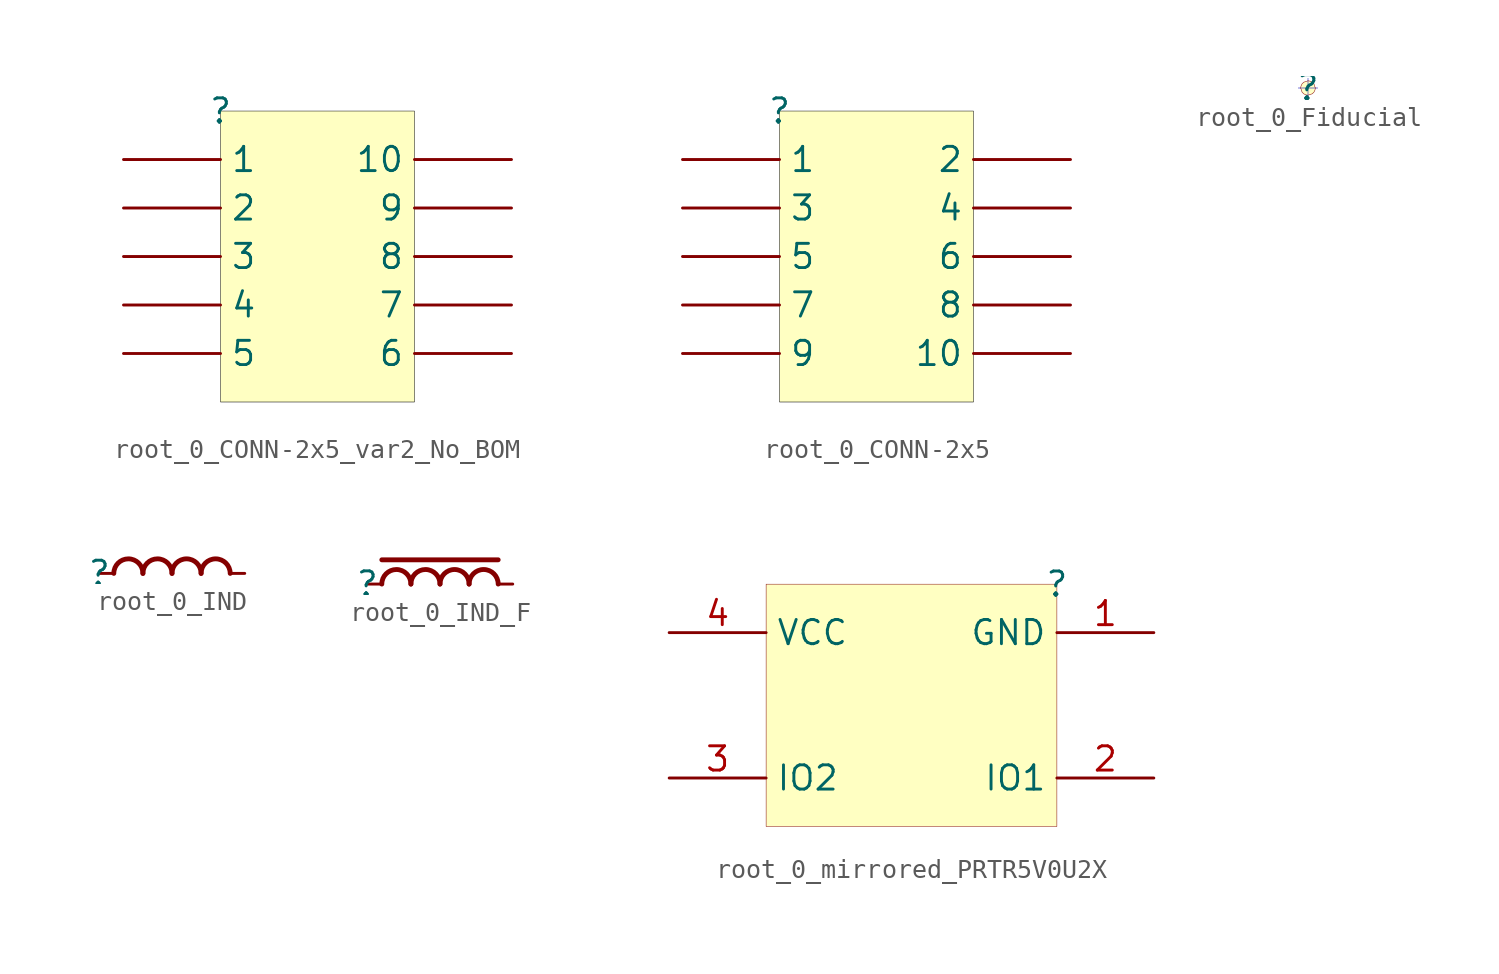
<source format=kicad_sym>
(kicad_symbol_lib
  (version 20231120)
  (generator "kicad_symbol_editor")
  (generator_version "8.0")
  (symbol "root_0_CONN-2x5_var2_No_BOM"
    (property "Reference" ""
      (at 0 0 0)
      (effects (font (size 1.27 1.27))))
    (property "Value" ""
      (at 0 0 0)
      (effects (font (size 1.27 1.27))))
    (symbol "root_0_CONN-2x5_var2_No_BOM_1_0"
      (rectangle (start 10.16 0) (end 0 -15.24) (stroke (width 0.025) (type solid) (color 0 0 0 1)) (fill (type background)))
      (pin passive line (at -5.08 -2.54 0) (length 5.08) (name "1" (effects (font (size 1.27 1.27)))) (number "1" (effects (font (size 0 0)))))
      (pin passive line (at 15.24 -2.54 180) (length 5.08) (name "10" (effects (font (size 1.27 1.27)))) (number "10" (effects (font (size 0 0)))))
      (pin passive line (at -5.08 -5.08 0) (length 5.08) (name "2" (effects (font (size 1.27 1.27)))) (number "2" (effects (font (size 0 0)))))
      (pin passive line (at -5.08 -7.62 0) (length 5.08) (name "3" (effects (font (size 1.27 1.27)))) (number "3" (effects (font (size 0 0)))))
      (pin passive line (at -5.08 -10.16 0) (length 5.08) (name "4" (effects (font (size 1.27 1.27)))) (number "4" (effects (font (size 0 0)))))
      (pin passive line (at -5.08 -12.7 0) (length 5.08) (name "5" (effects (font (size 1.27 1.27)))) (number "5" (effects (font (size 0 0)))))
      (pin passive line (at 15.24 -12.7 180) (length 5.08) (name "6" (effects (font (size 1.27 1.27)))) (number "6" (effects (font (size 0 0)))))
      (pin passive line (at 15.24 -10.16 180) (length 5.08) (name "7" (effects (font (size 1.27 1.27)))) (number "7" (effects (font (size 0 0)))))
      (pin passive line (at 15.24 -7.62 180) (length 5.08) (name "8" (effects (font (size 1.27 1.27)))) (number "8" (effects (font (size 0 0)))))
      (pin passive line (at 15.24 -5.08 180) (length 5.08) (name "9" (effects (font (size 1.27 1.27)))) (number "9" (effects (font (size 0 0)))))))
  (symbol "root_0_CONN-2x5"
    (property "Reference" ""
      (at 0 0 0)
      (effects (font (size 1.27 1.27))))
    (property "Value" ""
      (at 0 0 0)
      (effects (font (size 1.27 1.27))))
    (symbol "root_0_CONN-2x5_1_0"
      (rectangle (start 10.16 0) (end 0 -15.24) (stroke (width 0.025) (type solid) (color 0 0 0 1)) (fill (type background)))
      (pin passive line (at -5.08 -2.54 0) (length 5.08) (name "1" (effects (font (size 1.27 1.27)))) (number "1" (effects (font (size 0 0)))))
      (pin passive line (at 15.24 -12.7 180) (length 5.08) (name "10" (effects (font (size 1.27 1.27)))) (number "10" (effects (font (size 0 0)))))
      (pin passive line (at 15.24 -2.54 180) (length 5.08) (name "2" (effects (font (size 1.27 1.27)))) (number "2" (effects (font (size 0 0)))))
      (pin passive line (at -5.08 -5.08 0) (length 5.08) (name "3" (effects (font (size 1.27 1.27)))) (number "3" (effects (font (size 0 0)))))
      (pin passive line (at 15.24 -5.08 180) (length 5.08) (name "4" (effects (font (size 1.27 1.27)))) (number "4" (effects (font (size 0 0)))))
      (pin passive line (at -5.08 -7.62 0) (length 5.08) (name "5" (effects (font (size 1.27 1.27)))) (number "5" (effects (font (size 0 0)))))
      (pin passive line (at 15.24 -7.62 180) (length 5.08) (name "6" (effects (font (size 1.27 1.27)))) (number "6" (effects (font (size 0 0)))))
      (pin passive line (at -5.08 -10.16 0) (length 5.08) (name "7" (effects (font (size 1.27 1.27)))) (number "7" (effects (font (size 0 0)))))
      (pin passive line (at 15.24 -10.16 180) (length 5.08) (name "8" (effects (font (size 1.27 1.27)))) (number "8" (effects (font (size 0 0)))))
      (pin passive line (at -5.08 -12.7 0) (length 5.08) (name "9" (effects (font (size 1.27 1.27)))) (number "9" (effects (font (size 0 0)))))))
  (symbol "root_0_Fiducial"
    (property "Reference" ""
      (at 0 0 0)
      (effects (font (size 1.27 1.27))))
    (property "Value" ""
      (at 0 0 0)
      (effects (font (size 1.27 1.27))))
    (symbol "root_0_Fiducial_1_0"
      (bezier (pts (xy -0.378 0) (xy -0.378 -0.205) (xy -0.209 -0.372) (xy 0 -0.372)) (stroke (width 0.025) (type solid)) (fill (type background)))
      (bezier (pts (xy 0 -0.372) (xy 0.209 -0.372) (xy 0.378 -0.205) (xy 0.378 0)) (stroke (width 0.025) (type solid)) (fill (type background)))
      (polyline (pts (xy -0.508 0) (xy 0.508 0)) (stroke (width 0.025) (type solid) (color 0 0 180 1)) (fill (type none)))
      (polyline (pts (xy 0 0.508) (xy 0 -0.508)) (stroke (width 0.025) (type solid) (color 0 0 180 1)) (fill (type none)))
      (polyline (pts (xy 0.378 0) (xy 0 0.372) (xy -0.378 0) (xy 0 -0.372) (xy 0.378 0)) (stroke (width -0.0001) (type default)) (fill (type background)))
      (bezier (pts (xy 0 0.372) (xy -0.209 0.372) (xy -0.378 0.205) (xy -0.378 0)) (stroke (width 0.025) (type solid)) (fill (type background)))
      (bezier (pts (xy 0.378 0) (xy 0.378 0.205) (xy 0.209 0.372) (xy 0 0.372)) (stroke (width 0.025) (type solid)) (fill (type background)))))
  (symbol "root_0_IND"
    (property "Reference" ""
      (at 0 0 0)
      (effects (font (size 1.27 1.27))))
    (property "Value" ""
      (at 0 0 0)
      (effects (font (size 1.27 1.27))))
    (symbol "root_0_IND_1_0"
      (arc (start 2.286 0) (mid 1.524 0.762) (end 0.762 0) (stroke (width 0.254) (type solid)) (fill (type none)))
      (arc (start 3.81 0) (mid 3.048 0.762) (end 2.286 0) (stroke (width 0.254) (type solid)) (fill (type none)))
      (arc (start 5.334 0) (mid 4.572 0.762) (end 3.81 0) (stroke (width 0.254) (type solid)) (fill (type none)))
      (arc (start 6.858 0) (mid 6.096 0.762) (end 5.334 0) (stroke (width 0.254) (type solid)) (fill (type none)))
      (pin passive line (at 0 0 0) (length 0.762) (name "1" (effects (font (size 0 0)))) (number "1" (effects (font (size 0 0)))))
      (pin passive line (at 7.62 0 180) (length 0.762) (name "2" (effects (font (size 0 0)))) (number "2" (effects (font (size 0 0)))))))
  (symbol "root_0_IND_F"
    (property "Reference" ""
      (at 0 0 0)
      (effects (font (size 1.27 1.27))))
    (property "Value" ""
      (at 0 0 0)
      (effects (font (size 1.27 1.27))))
    (symbol "root_0_IND_F_1_0"
      (polyline (pts (xy 0.762 1.27) (xy 6.858 1.27)) (stroke (width 0.254) (type solid)) (fill (type none)))
      (arc (start 2.286 0) (mid 1.524 0.762) (end 0.762 0) (stroke (width 0.254) (type solid)) (fill (type none)))
      (arc (start 3.81 0) (mid 3.048 0.762) (end 2.286 0) (stroke (width 0.254) (type solid)) (fill (type none)))
      (arc (start 5.334 0) (mid 4.572 0.762) (end 3.81 0) (stroke (width 0.254) (type solid)) (fill (type none)))
      (arc (start 6.858 0) (mid 6.096 0.762) (end 5.334 0) (stroke (width 0.254) (type solid)) (fill (type none)))
      (pin passive line (at 0 0 0) (length 0.762) (name "1" (effects (font (size 0 0)))) (number "1" (effects (font (size 0 0)))))
      (pin passive line (at 7.62 0 180) (length 0.762) (name "2" (effects (font (size 0 0)))) (number "2" (effects (font (size 0 0)))))))
  (symbol "root_0_mirrored_PRTR5V0U2X"
    (property "Reference" ""
      (at 0 0 0)
      (effects (font (size 1.27 1.27))))
    (property "Value" ""
      (at 0 0 0)
      (effects (font (size 1.27 1.27))))
    (symbol "root_0_mirrored_PRTR5V0U2X_1_0"
      (rectangle (start 0 0) (end -15.24 -12.7) (stroke (width 0.025) (type solid) (color 128 0 0 1)) (fill (type background)))
      (pin passive line (at 5.08 -2.54 180) (length 5.08) (name "GND" (effects (font (size 1.27 1.27)))) (number "1" (effects (font (size 1.27 1.27)))))
      (pin passive line (at 5.08 -10.16 180) (length 5.08) (name "IO1" (effects (font (size 1.27 1.27)))) (number "2" (effects (font (size 1.27 1.27)))))
      (pin passive line (at -20.32 -10.16 0) (length 5.08) (name "IO2" (effects (font (size 1.27 1.27)))) (number "3" (effects (font (size 1.27 1.27)))))
      (pin passive line (at -20.32 -2.54 0) (length 5.08) (name "VCC" (effects (font (size 1.27 1.27)))) (number "4" (effects (font (size 1.27 1.27))))))))
</source>
